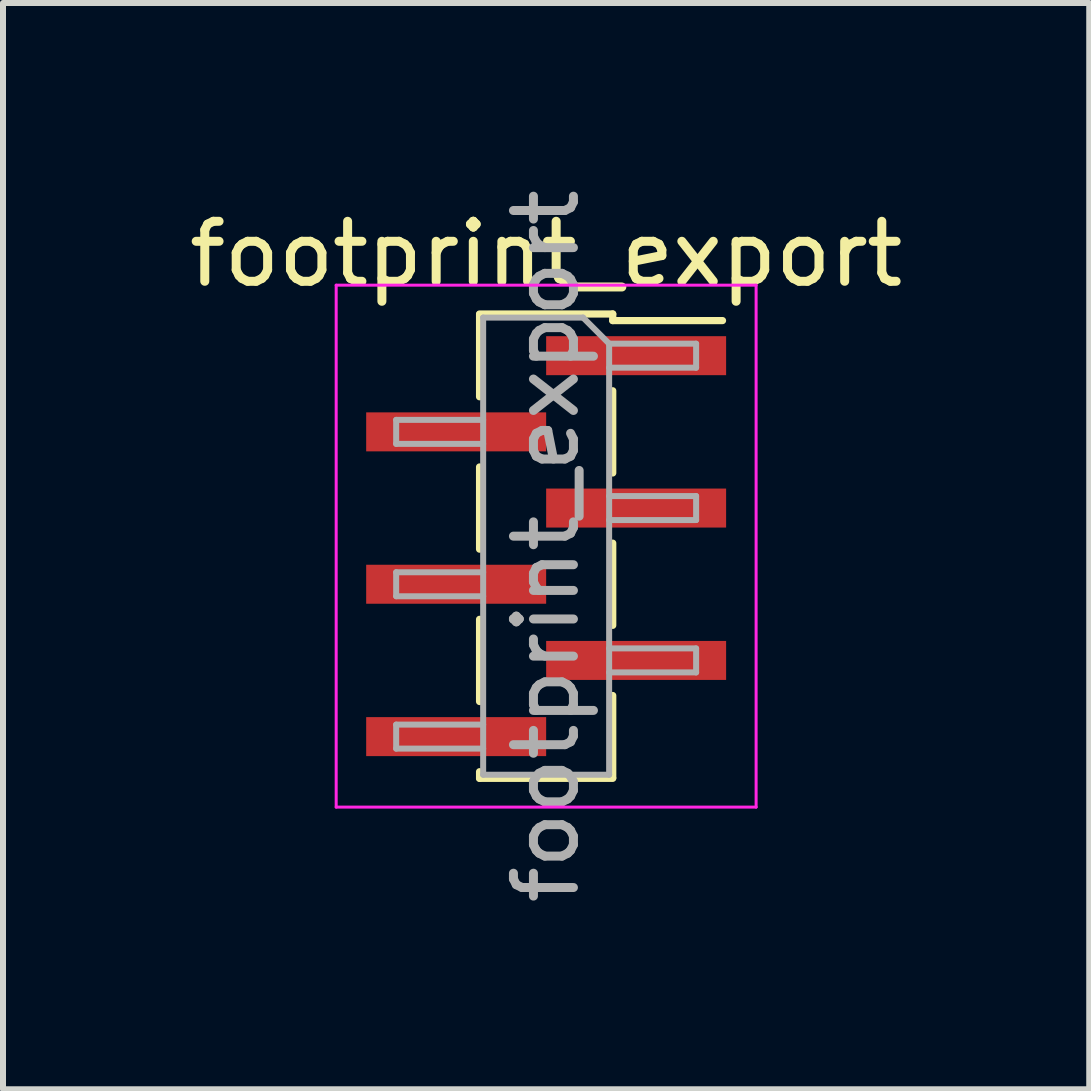
<source format=kicad_pcb>
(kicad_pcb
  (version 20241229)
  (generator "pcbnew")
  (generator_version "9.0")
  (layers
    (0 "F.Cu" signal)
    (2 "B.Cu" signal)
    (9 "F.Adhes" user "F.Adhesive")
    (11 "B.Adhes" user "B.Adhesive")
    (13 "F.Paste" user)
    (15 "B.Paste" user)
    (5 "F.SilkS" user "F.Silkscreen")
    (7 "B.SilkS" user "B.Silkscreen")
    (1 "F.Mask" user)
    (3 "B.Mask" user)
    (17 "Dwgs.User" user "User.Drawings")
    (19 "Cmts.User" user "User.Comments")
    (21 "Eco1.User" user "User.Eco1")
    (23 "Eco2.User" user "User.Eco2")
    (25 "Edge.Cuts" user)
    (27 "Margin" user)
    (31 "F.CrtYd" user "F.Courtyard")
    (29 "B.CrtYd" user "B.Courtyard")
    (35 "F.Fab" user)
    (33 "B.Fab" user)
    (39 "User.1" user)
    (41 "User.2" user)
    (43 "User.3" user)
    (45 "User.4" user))
  (footprint "footprint_export"
    (layer "F.Cu")
    (at 6.054 6.054)
    (property "Reference" "footprint_export" (at 0 -4.87 0) (layer "F.SilkS") (effects (font (size 1 1) (thickness 0.15))))
    (attr smd)
    (fp_line (start -1.11 -3.87) (end 1.11 -3.87) (stroke (width 0.12) (type solid)) (layer "F.SilkS"))
    (fp_line (start -1.11 -3.86) (end -1.11 -2.49) (stroke (width 0.12) (type solid)) (layer "F.SilkS"))
    (fp_line (start -1.11 -1.32) (end -1.11 0.05) (stroke (width 0.12) (type solid)) (layer "F.SilkS"))
    (fp_line (start -1.11 1.22) (end -1.11 2.59) (stroke (width 0.12) (type solid)) (layer "F.SilkS"))
    (fp_line (start -1.11 3.76) (end -1.11 3.87) (stroke (width 0.12) (type solid)) (layer "F.SilkS"))
    (fp_line (start -1.11 3.87) (end 1.11 3.87) (stroke (width 0.12) (type solid)) (layer "F.SilkS"))
    (fp_line (start 1.11 -3.87) (end 1.11 -3.76) (stroke (width 0.12) (type solid)) (layer "F.SilkS"))
    (fp_line (start 1.11 -3.76) (end 2.94 -3.76) (stroke (width 0.12) (type solid)) (layer "F.SilkS"))
    (fp_line (start 1.11 -2.59) (end 1.11 -1.22) (stroke (width 0.12) (type solid)) (layer "F.SilkS"))
    (fp_line (start 1.11 -0.05) (end 1.11 1.32) (stroke (width 0.12) (type solid)) (layer "F.SilkS"))
    (fp_line (start 1.11 2.49) (end 1.11 3.86) (stroke (width 0.12) (type solid)) (layer "F.SilkS"))
    (fp_line (start -3.5 -4.35) (end -3.5 4.35) (stroke (width 0.05) (type solid)) (layer "F.CrtYd"))
    (fp_line (start -3.5 4.35) (end 3.5 4.35) (stroke (width 0.05) (type solid)) (layer "F.CrtYd"))
    (fp_line (start 3.5 -4.35) (end -3.5 -4.35) (stroke (width 0.05) (type solid)) (layer "F.CrtYd"))
    (fp_line (start 3.5 4.35) (end 3.5 -4.35) (stroke (width 0.05) (type solid)) (layer "F.CrtYd"))
    (fp_line (start -2.5 -2.105) (end -2.5 -1.705) (stroke (width 0.1) (type solid)) (layer "F.Fab"))
    (fp_line (start -2.5 -1.705) (end -1.05 -1.705) (stroke (width 0.1) (type solid)) (layer "F.Fab"))
    (fp_line (start -2.5 0.435) (end -2.5 0.835) (stroke (width 0.1) (type solid)) (layer "F.Fab"))
    (fp_line (start -2.5 0.835) (end -1.05 0.835) (stroke (width 0.1) (type solid)) (layer "F.Fab"))
    (fp_line (start -2.5 2.975) (end -2.5 3.375) (stroke (width 0.1) (type solid)) (layer "F.Fab"))
    (fp_line (start -2.5 3.375) (end -1.05 3.375) (stroke (width 0.1) (type solid)) (layer "F.Fab"))
    (fp_line (start -1.05 -3.81) (end -1.05 3.81) (stroke (width 0.1) (type solid)) (layer "F.Fab"))
    (fp_line (start -1.05 -3.81) (end 0.615 -3.81) (stroke (width 0.1) (type solid)) (layer "F.Fab"))
    (fp_line (start -1.05 -2.105) (end -2.5 -2.105) (stroke (width 0.1) (type solid)) (layer "F.Fab"))
    (fp_line (start -1.05 0.435) (end -2.5 0.435) (stroke (width 0.1) (type solid)) (layer "F.Fab"))
    (fp_line (start -1.05 2.975) (end -2.5 2.975) (stroke (width 0.1) (type solid)) (layer "F.Fab"))
    (fp_line (start 1.05 -3.375) (end 0.615 -3.81) (stroke (width 0.1) (type solid)) (layer "F.Fab"))
    (fp_line (start 1.05 -3.375) (end 2.5 -3.375) (stroke (width 0.1) (type solid)) (layer "F.Fab"))
    (fp_line (start 1.05 -0.835) (end 2.5 -0.835) (stroke (width 0.1) (type solid)) (layer "F.Fab"))
    (fp_line (start 1.05 1.705) (end 2.5 1.705) (stroke (width 0.1) (type solid)) (layer "F.Fab"))
    (fp_line (start 1.05 3.81) (end -1.05 3.81) (stroke (width 0.1) (type solid)) (layer "F.Fab"))
    (fp_line (start 1.05 3.81) (end 1.05 -3.375) (stroke (width 0.1) (type solid)) (layer "F.Fab"))
    (fp_line (start 2.5 -3.375) (end 2.5 -2.975) (stroke (width 0.1) (type solid)) (layer "F.Fab"))
    (fp_line (start 2.5 -2.975) (end 1.05 -2.975) (stroke (width 0.1) (type solid)) (layer "F.Fab"))
    (fp_line (start 2.5 -0.835) (end 2.5 -0.435) (stroke (width 0.1) (type solid)) (layer "F.Fab"))
    (fp_line (start 2.5 -0.435) (end 1.05 -0.435) (stroke (width 0.1) (type solid)) (layer "F.Fab"))
    (fp_line (start 2.5 1.705) (end 2.5 2.105) (stroke (width 0.1) (type solid)) (layer "F.Fab"))
    (fp_line (start 2.5 2.105) (end 1.05 2.105) (stroke (width 0.1) (type solid)) (layer "F.Fab"))
    (fp_text user "${REFERENCE}" (at 0 0 90) (layer "F.Fab") (effects (font (size 1 1) (thickness 0.15))))
    (pad "1" smd rect (at 1.5 -3.175) (size 3 0.65) (layers "F.Cu" "F.Mask" "F.Paste"))
    (pad "2" smd rect (at -1.5 -1.905) (size 3 0.65) (layers "F.Cu" "F.Mask" "F.Paste"))
    (pad "3" smd rect (at 1.5 -0.635) (size 3 0.65) (layers "F.Cu" "F.Mask" "F.Paste"))
    (pad "4" smd rect (at -1.5 0.635) (size 3 0.65) (layers "F.Cu" "F.Mask" "F.Paste"))
    (pad "5" smd rect (at 1.5 1.905) (size 3 0.65) (layers "F.Cu" "F.Mask" "F.Paste"))
    (pad "6" smd rect (at -1.5 3.175) (size 3 0.65) (layers "F.Cu" "F.Mask" "F.Paste")))
  (gr_rect
    (start -3 -3)
    (end 15.107 15.107)
    (stroke (width 0.1) (type default))
    (fill no)
    (layer "Edge.Cuts")))
</source>
